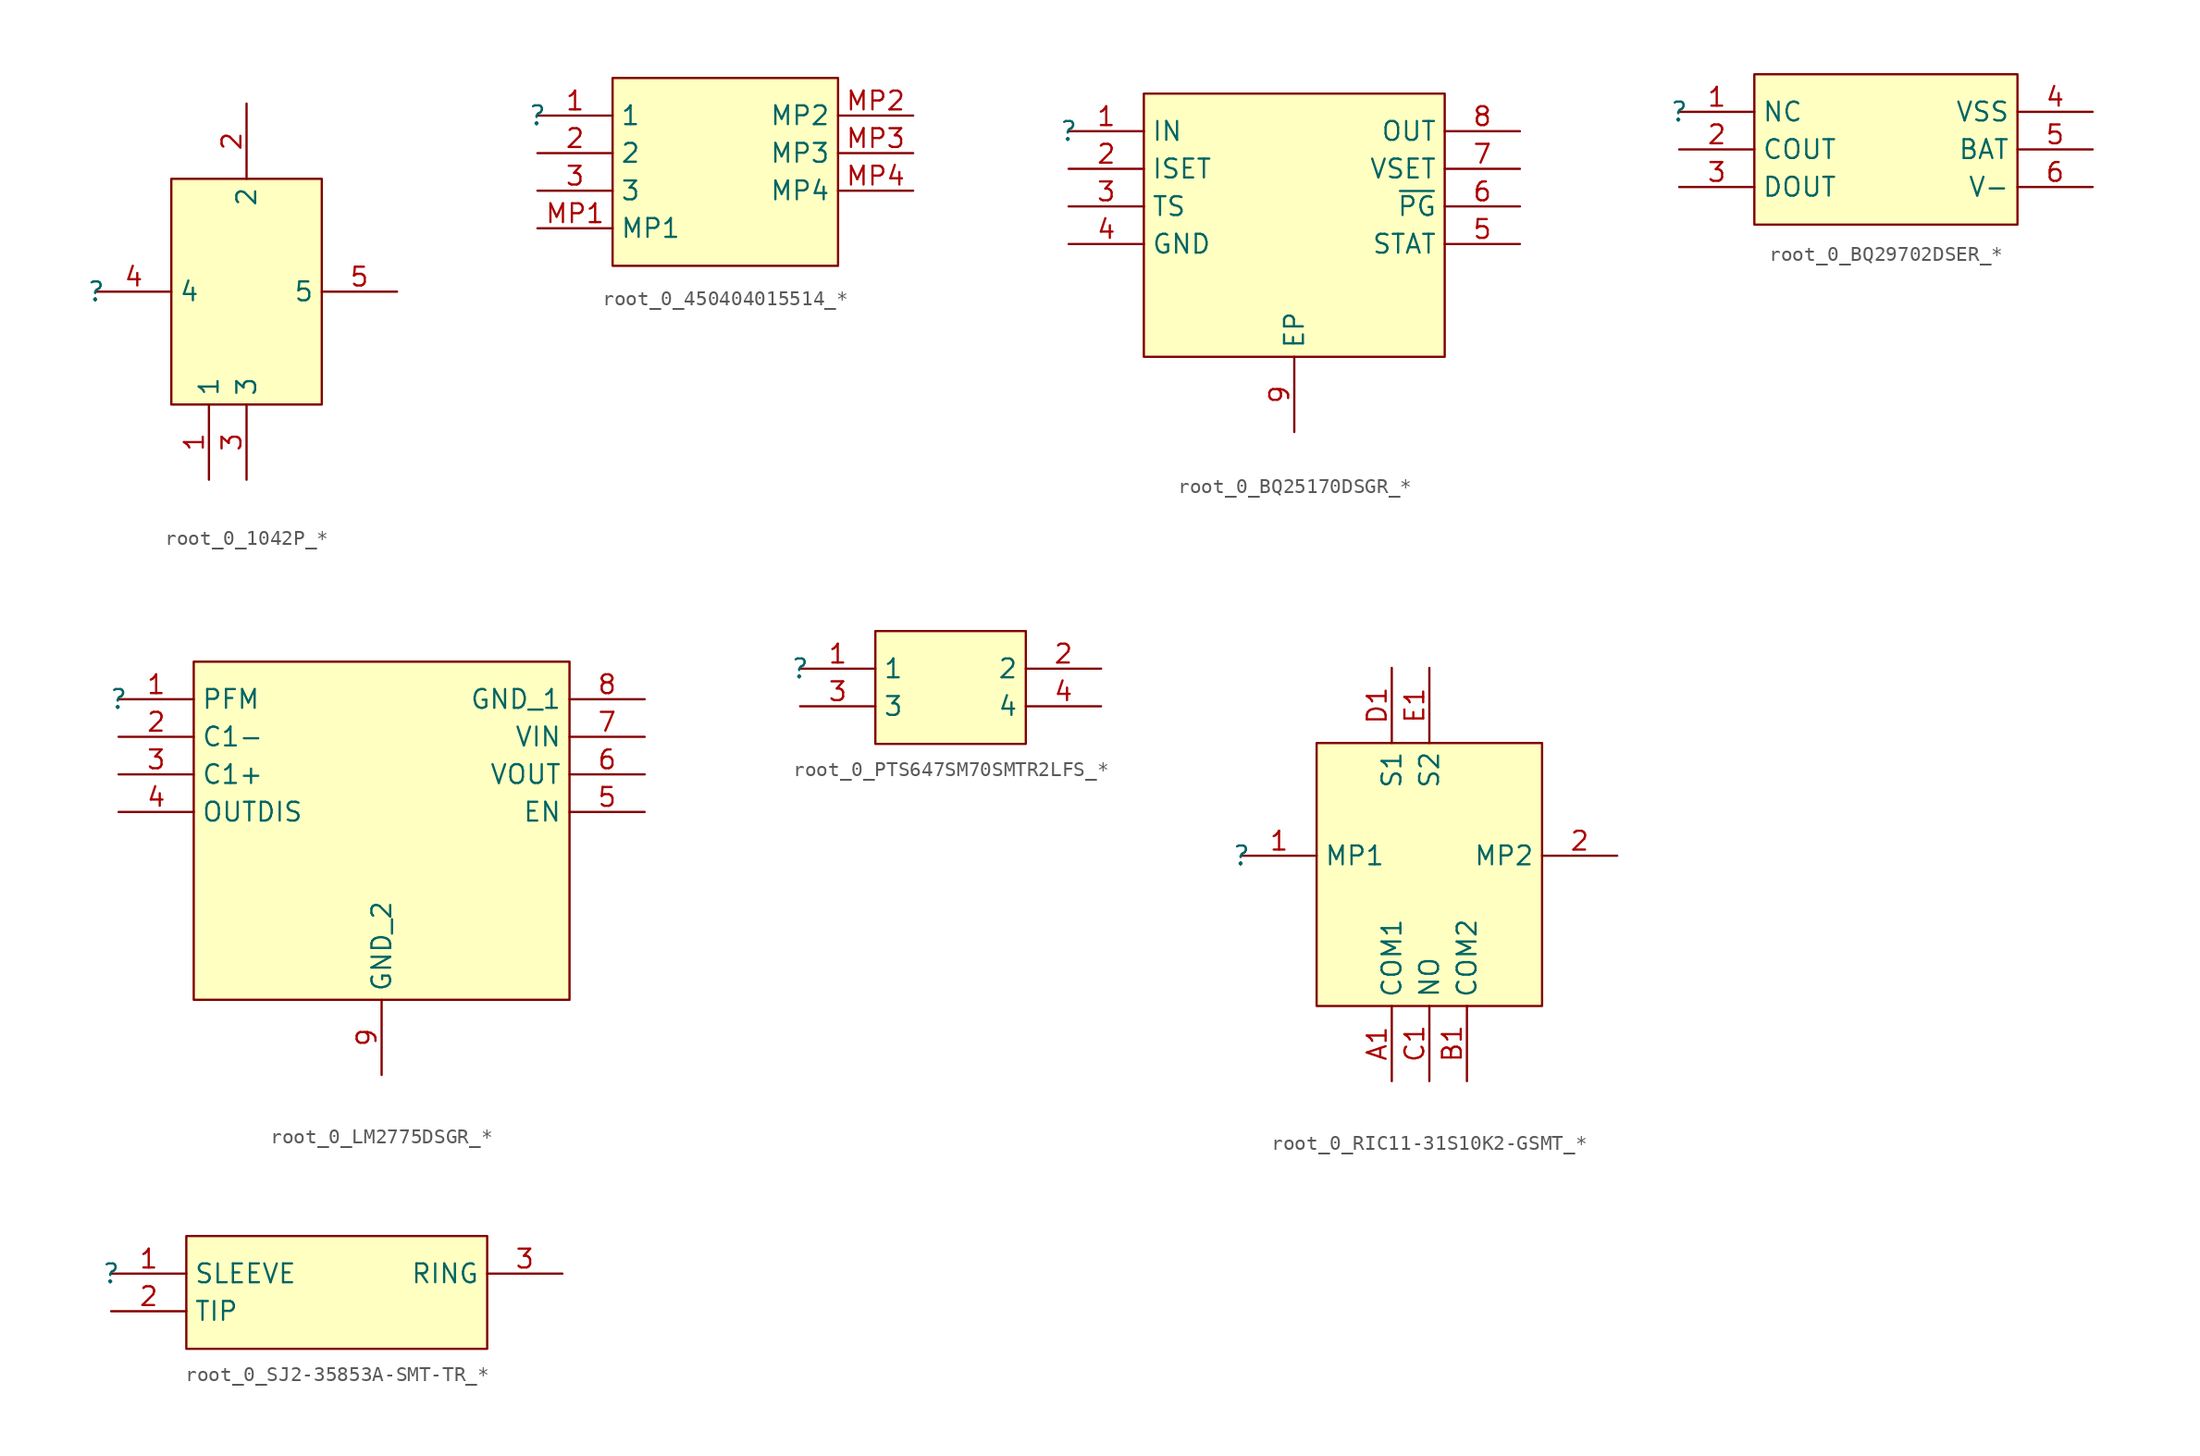
<source format=kicad_sym>
(kicad_symbol_lib
  (version 20241209)
  (generator "kicad_symbol_editor")
  (generator_version "9.0")
  (symbol "root_0_1042P_*"
    (property "Reference" ""
      (at 0 0 0)
      (effects (font (size 1.27 1.27))))
    (property "Value" ""
      (at 0 0 0)
      (effects (font (size 1.27 1.27))))
    (symbol "root_0_1042P_*_1_0"
      (rectangle (start 15.24 7.62) (end 5.08 -7.62) (stroke (width 0) (type solid) (color 128 0 0 1)) (fill (type background)))
      (pin passive line (at 0 0 0) (length 5.08) (name "4" (effects (font (size 1.27 1.27)))) (number "4" (effects (font (size 1.27 1.27)))))
      (pin passive line (at 7.62 -12.7 90) (length 5.08) (name "1" (effects (font (size 1.27 1.27)))) (number "1" (effects (font (size 1.27 1.27)))))
      (pin passive line (at 10.16 12.7 270) (length 5.08) (name "2" (effects (font (size 1.27 1.27)))) (number "2" (effects (font (size 1.27 1.27)))))
      (pin passive line (at 10.16 -12.7 90) (length 5.08) (name "3" (effects (font (size 1.27 1.27)))) (number "3" (effects (font (size 1.27 1.27)))))
      (pin passive line (at 20.32 0 180) (length 5.08) (name "5" (effects (font (size 1.27 1.27)))) (number "5" (effects (font (size 1.27 1.27)))))))
  (symbol "root_0_450404015514_*"
    (property "Reference" ""
      (at 0 0 0)
      (effects (font (size 1.27 1.27))))
    (property "Value" ""
      (at 0 0 0)
      (effects (font (size 1.27 1.27))))
    (symbol "root_0_450404015514_*_1_0"
      (rectangle (start 20.32 2.54) (end 5.08 -10.16) (stroke (width 0) (type solid) (color 128 0 0 1)) (fill (type background)))
      (pin passive line (at 0 0 0) (length 5.08) (name "1" (effects (font (size 1.27 1.27)))) (number "1" (effects (font (size 1.27 1.27)))))
      (pin passive line (at 0 -2.54 0) (length 5.08) (name "2" (effects (font (size 1.27 1.27)))) (number "2" (effects (font (size 1.27 1.27)))))
      (pin passive line (at 0 -5.08 0) (length 5.08) (name "3" (effects (font (size 1.27 1.27)))) (number "3" (effects (font (size 1.27 1.27)))))
      (pin passive line (at 0 -7.62 0) (length 5.08) (name "MP1" (effects (font (size 1.27 1.27)))) (number "MP1" (effects (font (size 1.27 1.27)))))
      (pin passive line (at 25.4 0 180) (length 5.08) (name "MP2" (effects (font (size 1.27 1.27)))) (number "MP2" (effects (font (size 1.27 1.27)))))
      (pin passive line (at 25.4 -2.54 180) (length 5.08) (name "MP3" (effects (font (size 1.27 1.27)))) (number "MP3" (effects (font (size 1.27 1.27)))))
      (pin passive line (at 25.4 -5.08 180) (length 5.08) (name "MP4" (effects (font (size 1.27 1.27)))) (number "MP4" (effects (font (size 1.27 1.27)))))))
  (symbol "root_0_BQ25170DSGR_*"
    (property "Reference" ""
      (at 0 0 0)
      (effects (font (size 1.27 1.27))))
    (property "Value" ""
      (at 0 0 0)
      (effects (font (size 1.27 1.27))))
    (symbol "root_0_BQ25170DSGR_*_1_0"
      (rectangle (start 25.4 2.54) (end 5.08 -15.24) (stroke (width 0) (type solid) (color 128 0 0 1)) (fill (type background)))
      (pin passive line (at 0 0 0) (length 5.08) (name "IN" (effects (font (size 1.27 1.27)))) (number "1" (effects (font (size 1.27 1.27)))))
      (pin passive line (at 0 -2.54 0) (length 5.08) (name "ISET" (effects (font (size 1.27 1.27)))) (number "2" (effects (font (size 1.27 1.27)))))
      (pin passive line (at 0 -5.08 0) (length 5.08) (name "TS" (effects (font (size 1.27 1.27)))) (number "3" (effects (font (size 1.27 1.27)))))
      (pin passive line (at 0 -7.62 0) (length 5.08) (name "GND" (effects (font (size 1.27 1.27)))) (number "4" (effects (font (size 1.27 1.27)))))
      (pin passive line (at 15.24 -20.32 90) (length 5.08) (name "EP" (effects (font (size 1.27 1.27)))) (number "9" (effects (font (size 1.27 1.27)))))
      (pin passive line (at 30.48 0 180) (length 5.08) (name "OUT" (effects (font (size 1.27 1.27)))) (number "8" (effects (font (size 1.27 1.27)))))
      (pin passive line (at 30.48 -2.54 180) (length 5.08) (name "VSET" (effects (font (size 1.27 1.27)))) (number "7" (effects (font (size 1.27 1.27)))))
      (pin passive line (at 30.48 -5.08 180) (length 5.08) (name "~{PG}" (effects (font (size 1.27 1.27)))) (number "6" (effects (font (size 1.27 1.27)))))
      (pin passive line (at 30.48 -7.62 180) (length 5.08) (name "STAT" (effects (font (size 1.27 1.27)))) (number "5" (effects (font (size 1.27 1.27)))))))
  (symbol "root_0_BQ29702DSER_*"
    (property "Reference" ""
      (at 0 0 0)
      (effects (font (size 1.27 1.27))))
    (property "Value" ""
      (at 0 0 0)
      (effects (font (size 1.27 1.27))))
    (symbol "root_0_BQ29702DSER_*_1_0"
      (rectangle (start 22.86 2.54) (end 5.08 -7.62) (stroke (width 0) (type solid) (color 128 0 0 1)) (fill (type background)))
      (pin passive line (at 0 0 0) (length 5.08) (name "NC" (effects (font (size 1.27 1.27)))) (number "1" (effects (font (size 1.27 1.27)))))
      (pin output line (at 0 -2.54 0) (length 5.08) (name "COUT" (effects (font (size 1.27 1.27)))) (number "2" (effects (font (size 1.27 1.27)))))
      (pin output line (at 0 -5.08 0) (length 5.08) (name "DOUT" (effects (font (size 1.27 1.27)))) (number "3" (effects (font (size 1.27 1.27)))))
      (pin power_in line (at 27.94 0 180) (length 5.08) (name "VSS" (effects (font (size 1.27 1.27)))) (number "4" (effects (font (size 1.27 1.27)))))
      (pin power_in line (at 27.94 -2.54 180) (length 5.08) (name "BAT" (effects (font (size 1.27 1.27)))) (number "5" (effects (font (size 1.27 1.27)))))
      (pin bidirectional line (at 27.94 -5.08 180) (length 5.08) (name "V-" (effects (font (size 1.27 1.27)))) (number "6" (effects (font (size 1.27 1.27)))))))
  (symbol "root_0_LM2775DSGR_*"
    (property "Reference" ""
      (at 0 0 0)
      (effects (font (size 1.27 1.27))))
    (property "Value" ""
      (at 0 0 0)
      (effects (font (size 1.27 1.27))))
    (symbol "root_0_LM2775DSGR_*_1_0"
      (rectangle (start 30.48 2.54) (end 5.08 -20.32) (stroke (width 0) (type solid) (color 128 0 0 1)) (fill (type background)))
      (pin passive line (at 0 0 0) (length 5.08) (name "PFM" (effects (font (size 1.27 1.27)))) (number "1" (effects (font (size 1.27 1.27)))))
      (pin passive line (at 0 -2.54 0) (length 5.08) (name "C1-" (effects (font (size 1.27 1.27)))) (number "2" (effects (font (size 1.27 1.27)))))
      (pin passive line (at 0 -5.08 0) (length 5.08) (name "C1+" (effects (font (size 1.27 1.27)))) (number "3" (effects (font (size 1.27 1.27)))))
      (pin passive line (at 0 -7.62 0) (length 5.08) (name "OUTDIS" (effects (font (size 1.27 1.27)))) (number "4" (effects (font (size 1.27 1.27)))))
      (pin passive line (at 17.78 -25.4 90) (length 5.08) (name "GND_2" (effects (font (size 1.27 1.27)))) (number "9" (effects (font (size 1.27 1.27)))))
      (pin passive line (at 35.56 0 180) (length 5.08) (name "GND_1" (effects (font (size 1.27 1.27)))) (number "8" (effects (font (size 1.27 1.27)))))
      (pin passive line (at 35.56 -2.54 180) (length 5.08) (name "VIN" (effects (font (size 1.27 1.27)))) (number "7" (effects (font (size 1.27 1.27)))))
      (pin passive line (at 35.56 -5.08 180) (length 5.08) (name "VOUT" (effects (font (size 1.27 1.27)))) (number "6" (effects (font (size 1.27 1.27)))))
      (pin passive line (at 35.56 -7.62 180) (length 5.08) (name "EN" (effects (font (size 1.27 1.27)))) (number "5" (effects (font (size 1.27 1.27)))))))
  (symbol "root_0_PTS647SM70SMTR2LFS_*"
    (property "Reference" ""
      (at 0 0 0)
      (effects (font (size 1.27 1.27))))
    (property "Value" ""
      (at 0 0 0)
      (effects (font (size 1.27 1.27))))
    (symbol "root_0_PTS647SM70SMTR2LFS_*_1_0"
      (rectangle (start 15.24 2.54) (end 5.08 -5.08) (stroke (width 0) (type solid) (color 128 0 0 1)) (fill (type background)))
      (pin passive line (at 0 0 0) (length 5.08) (name "1" (effects (font (size 1.27 1.27)))) (number "1" (effects (font (size 1.27 1.27)))))
      (pin passive line (at 0 -2.54 0) (length 5.08) (name "3" (effects (font (size 1.27 1.27)))) (number "3" (effects (font (size 1.27 1.27)))))
      (pin passive line (at 20.32 0 180) (length 5.08) (name "2" (effects (font (size 1.27 1.27)))) (number "2" (effects (font (size 1.27 1.27)))))
      (pin passive line (at 20.32 -2.54 180) (length 5.08) (name "4" (effects (font (size 1.27 1.27)))) (number "4" (effects (font (size 1.27 1.27)))))))
  (symbol "root_0_RIC11-31S10K2-GSMT_*"
    (property "Reference" ""
      (at 0 0 0)
      (effects (font (size 1.27 1.27))))
    (property "Value" ""
      (at 0 0 0)
      (effects (font (size 1.27 1.27))))
    (symbol "root_0_RIC11-31S10K2-GSMT_*_1_0"
      (rectangle (start 20.32 7.62) (end 5.08 -10.16) (stroke (width 0) (type solid) (color 128 0 0 1)) (fill (type background)))
      (pin passive line (at 0 0 0) (length 5.08) (name "MP1" (effects (font (size 1.27 1.27)))) (number "1" (effects (font (size 1.27 1.27)))))
      (pin passive line (at 10.16 12.7 270) (length 5.08) (name "S1" (effects (font (size 1.27 1.27)))) (number "D1" (effects (font (size 1.27 1.27)))))
      (pin passive line (at 10.16 -15.24 90) (length 5.08) (name "COM1" (effects (font (size 1.27 1.27)))) (number "A1" (effects (font (size 1.27 1.27)))))
      (pin passive line (at 12.7 12.7 270) (length 5.08) (name "S2" (effects (font (size 1.27 1.27)))) (number "E1" (effects (font (size 1.27 1.27)))))
      (pin passive line (at 12.7 -15.24 90) (length 5.08) (name "NO" (effects (font (size 1.27 1.27)))) (number "C1" (effects (font (size 1.27 1.27)))))
      (pin passive line (at 15.24 -15.24 90) (length 5.08) (name "COM2" (effects (font (size 1.27 1.27)))) (number "B1" (effects (font (size 1.27 1.27)))))
      (pin passive line (at 25.4 0 180) (length 5.08) (name "MP2" (effects (font (size 1.27 1.27)))) (number "2" (effects (font (size 1.27 1.27)))))))
  (symbol "root_0_SJ2-35853A-SMT-TR_*"
    (property "Reference" ""
      (at 0 0 0)
      (effects (font (size 1.27 1.27))))
    (property "Value" ""
      (at 0 0 0)
      (effects (font (size 1.27 1.27))))
    (symbol "root_0_SJ2-35853A-SMT-TR_*_1_0"
      (rectangle (start 25.4 2.54) (end 5.08 -5.08) (stroke (width 0) (type solid) (color 128 0 0 1)) (fill (type background)))
      (pin passive line (at 0 0 0) (length 5.08) (name "SLEEVE" (effects (font (size 1.27 1.27)))) (number "1" (effects (font (size 1.27 1.27)))))
      (pin passive line (at 0 -2.54 0) (length 5.08) (name "TIP" (effects (font (size 1.27 1.27)))) (number "2" (effects (font (size 1.27 1.27)))))
      (pin passive line (at 30.48 0 180) (length 5.08) (name "RING" (effects (font (size 1.27 1.27)))) (number "3" (effects (font (size 1.27 1.27))))))))
</source>
